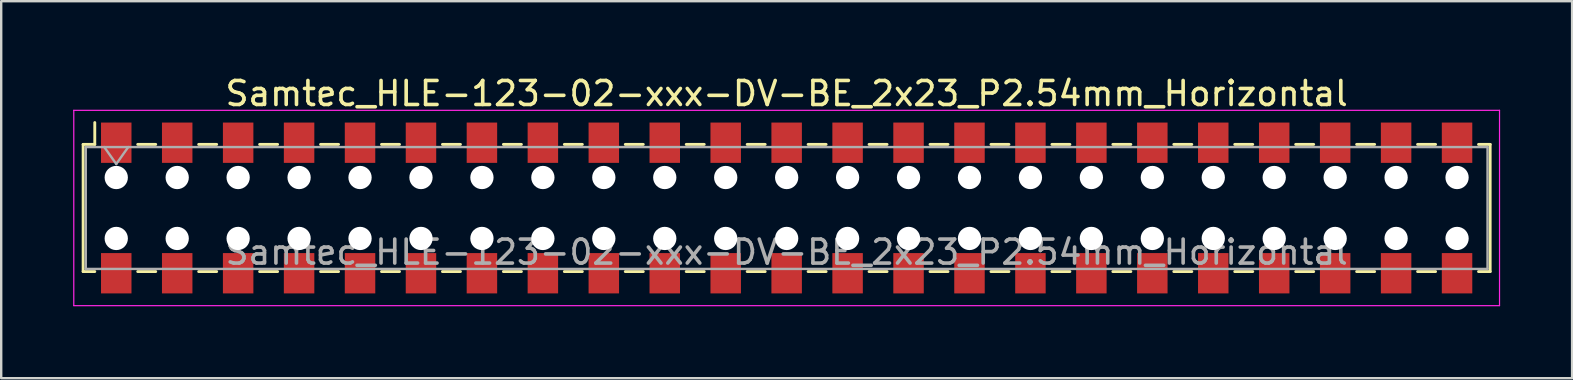
<source format=kicad_pcb>
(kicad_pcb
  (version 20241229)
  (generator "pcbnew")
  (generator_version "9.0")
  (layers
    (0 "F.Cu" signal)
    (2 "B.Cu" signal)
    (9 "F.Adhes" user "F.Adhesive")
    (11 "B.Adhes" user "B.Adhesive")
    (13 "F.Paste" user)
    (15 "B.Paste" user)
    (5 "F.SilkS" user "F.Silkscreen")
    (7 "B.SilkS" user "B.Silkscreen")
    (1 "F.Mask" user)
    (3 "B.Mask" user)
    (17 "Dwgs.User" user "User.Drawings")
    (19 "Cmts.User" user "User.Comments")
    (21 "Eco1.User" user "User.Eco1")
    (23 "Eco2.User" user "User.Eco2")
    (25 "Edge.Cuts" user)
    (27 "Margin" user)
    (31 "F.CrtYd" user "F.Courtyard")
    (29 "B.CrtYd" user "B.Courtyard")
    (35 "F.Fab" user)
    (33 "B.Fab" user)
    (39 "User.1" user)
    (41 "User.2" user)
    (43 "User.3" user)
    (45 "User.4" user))
  (footprint "Samtec_HLE-123-02-xxx-DV-BE_2x23_P2.54mm_Horizontal"
    (layer "F.Cu")
    (at 29.735 5.618)
    (property "Reference" "Samtec_HLE-123-02-xxx-DV-BE_2x23_P2.54mm_Horizontal" (at 0 -4.77 0) (layer "F.SilkS") (effects (font (size 1 1) (thickness 0.15))))
    (attr smd)
    (fp_line (start -29.32 -2.65) (end -29.32 2.65) (stroke (width 0.12) (type solid)) (layer "F.SilkS"))
    (fp_line (start -29.32 2.65) (end -28.835 2.65) (stroke (width 0.12) (type solid)) (layer "F.SilkS"))
    (fp_line (start -28.835 -3.56) (end -28.835 -2.65) (stroke (width 0.12) (type solid)) (layer "F.SilkS"))
    (fp_line (start -28.835 -2.65) (end -29.32 -2.65) (stroke (width 0.12) (type solid)) (layer "F.SilkS"))
    (fp_line (start -27.045 -2.65) (end -26.295 -2.65) (stroke (width 0.12) (type solid)) (layer "F.SilkS"))
    (fp_line (start -27.045 2.65) (end -26.295 2.65) (stroke (width 0.12) (type solid)) (layer "F.SilkS"))
    (fp_line (start -24.505 -2.65) (end -23.755 -2.65) (stroke (width 0.12) (type solid)) (layer "F.SilkS"))
    (fp_line (start -24.505 2.65) (end -23.755 2.65) (stroke (width 0.12) (type solid)) (layer "F.SilkS"))
    (fp_line (start -21.965 -2.65) (end -21.215 -2.65) (stroke (width 0.12) (type solid)) (layer "F.SilkS"))
    (fp_line (start -21.965 2.65) (end -21.215 2.65) (stroke (width 0.12) (type solid)) (layer "F.SilkS"))
    (fp_line (start -19.425 -2.65) (end -18.675 -2.65) (stroke (width 0.12) (type solid)) (layer "F.SilkS"))
    (fp_line (start -19.425 2.65) (end -18.675 2.65) (stroke (width 0.12) (type solid)) (layer "F.SilkS"))
    (fp_line (start -16.885 -2.65) (end -16.135 -2.65) (stroke (width 0.12) (type solid)) (layer "F.SilkS"))
    (fp_line (start -16.885 2.65) (end -16.135 2.65) (stroke (width 0.12) (type solid)) (layer "F.SilkS"))
    (fp_line (start -14.345 -2.65) (end -13.595 -2.65) (stroke (width 0.12) (type solid)) (layer "F.SilkS"))
    (fp_line (start -14.345 2.65) (end -13.595 2.65) (stroke (width 0.12) (type solid)) (layer "F.SilkS"))
    (fp_line (start -11.805 -2.65) (end -11.055 -2.65) (stroke (width 0.12) (type solid)) (layer "F.SilkS"))
    (fp_line (start -11.805 2.65) (end -11.055 2.65) (stroke (width 0.12) (type solid)) (layer "F.SilkS"))
    (fp_line (start -9.265 -2.65) (end -8.515 -2.65) (stroke (width 0.12) (type solid)) (layer "F.SilkS"))
    (fp_line (start -9.265 2.65) (end -8.515 2.65) (stroke (width 0.12) (type solid)) (layer "F.SilkS"))
    (fp_line (start -6.725 -2.65) (end -5.975 -2.65) (stroke (width 0.12) (type solid)) (layer "F.SilkS"))
    (fp_line (start -6.725 2.65) (end -5.975 2.65) (stroke (width 0.12) (type solid)) (layer "F.SilkS"))
    (fp_line (start -4.185 -2.65) (end -3.435 -2.65) (stroke (width 0.12) (type solid)) (layer "F.SilkS"))
    (fp_line (start -4.185 2.65) (end -3.435 2.65) (stroke (width 0.12) (type solid)) (layer "F.SilkS"))
    (fp_line (start -1.645 -2.65) (end -0.895 -2.65) (stroke (width 0.12) (type solid)) (layer "F.SilkS"))
    (fp_line (start -1.645 2.65) (end -0.895 2.65) (stroke (width 0.12) (type solid)) (layer "F.SilkS"))
    (fp_line (start 0.895 -2.65) (end 1.645 -2.65) (stroke (width 0.12) (type solid)) (layer "F.SilkS"))
    (fp_line (start 0.895 2.65) (end 1.645 2.65) (stroke (width 0.12) (type solid)) (layer "F.SilkS"))
    (fp_line (start 3.435 -2.65) (end 4.185 -2.65) (stroke (width 0.12) (type solid)) (layer "F.SilkS"))
    (fp_line (start 3.435 2.65) (end 4.185 2.65) (stroke (width 0.12) (type solid)) (layer "F.SilkS"))
    (fp_line (start 5.975 -2.65) (end 6.725 -2.65) (stroke (width 0.12) (type solid)) (layer "F.SilkS"))
    (fp_line (start 5.975 2.65) (end 6.725 2.65) (stroke (width 0.12) (type solid)) (layer "F.SilkS"))
    (fp_line (start 8.515 -2.65) (end 9.265 -2.65) (stroke (width 0.12) (type solid)) (layer "F.SilkS"))
    (fp_line (start 8.515 2.65) (end 9.265 2.65) (stroke (width 0.12) (type solid)) (layer "F.SilkS"))
    (fp_line (start 11.055 -2.65) (end 11.805 -2.65) (stroke (width 0.12) (type solid)) (layer "F.SilkS"))
    (fp_line (start 11.055 2.65) (end 11.805 2.65) (stroke (width 0.12) (type solid)) (layer "F.SilkS"))
    (fp_line (start 13.595 -2.65) (end 14.345 -2.65) (stroke (width 0.12) (type solid)) (layer "F.SilkS"))
    (fp_line (start 13.595 2.65) (end 14.345 2.65) (stroke (width 0.12) (type solid)) (layer "F.SilkS"))
    (fp_line (start 16.135 -2.65) (end 16.885 -2.65) (stroke (width 0.12) (type solid)) (layer "F.SilkS"))
    (fp_line (start 16.135 2.65) (end 16.885 2.65) (stroke (width 0.12) (type solid)) (layer "F.SilkS"))
    (fp_line (start 18.675 -2.65) (end 19.425 -2.65) (stroke (width 0.12) (type solid)) (layer "F.SilkS"))
    (fp_line (start 18.675 2.65) (end 19.425 2.65) (stroke (width 0.12) (type solid)) (layer "F.SilkS"))
    (fp_line (start 21.215 -2.65) (end 21.965 -2.65) (stroke (width 0.12) (type solid)) (layer "F.SilkS"))
    (fp_line (start 21.215 2.65) (end 21.965 2.65) (stroke (width 0.12) (type solid)) (layer "F.SilkS"))
    (fp_line (start 23.755 -2.65) (end 24.505 -2.65) (stroke (width 0.12) (type solid)) (layer "F.SilkS"))
    (fp_line (start 23.755 2.65) (end 24.505 2.65) (stroke (width 0.12) (type solid)) (layer "F.SilkS"))
    (fp_line (start 26.295 -2.65) (end 27.045 -2.65) (stroke (width 0.12) (type solid)) (layer "F.SilkS"))
    (fp_line (start 26.295 2.65) (end 27.045 2.65) (stroke (width 0.12) (type solid)) (layer "F.SilkS"))
    (fp_line (start 28.835 -2.65) (end 29.32 -2.65) (stroke (width 0.12) (type solid)) (layer "F.SilkS"))
    (fp_line (start 29.32 -2.65) (end 29.32 2.65) (stroke (width 0.12) (type solid)) (layer "F.SilkS"))
    (fp_line (start 29.32 2.65) (end 28.835 2.65) (stroke (width 0.12) (type solid)) (layer "F.SilkS"))
    (fp_line (start -29.71 -4.07) (end 29.71 -4.07) (stroke (width 0.05) (type solid)) (layer "F.CrtYd"))
    (fp_line (start -29.71 4.07) (end -29.71 -4.07) (stroke (width 0.05) (type solid)) (layer "F.CrtYd"))
    (fp_line (start 29.71 -4.07) (end 29.71 4.07) (stroke (width 0.05) (type solid)) (layer "F.CrtYd"))
    (fp_line (start 29.71 4.07) (end -29.71 4.07) (stroke (width 0.05) (type solid)) (layer "F.CrtYd"))
    (fp_line (start -29.21 -2.54) (end 29.21 -2.54) (stroke (width 0.1) (type solid)) (layer "F.Fab"))
    (fp_line (start -29.21 2.54) (end -29.21 -2.54) (stroke (width 0.1) (type solid)) (layer "F.Fab"))
    (fp_line (start -28.44 -2.54) (end -27.94 -1.833) (stroke (width 0.1) (type solid)) (layer "F.Fab"))
    (fp_line (start -27.94 -1.833) (end -27.44 -2.54) (stroke (width 0.1) (type solid)) (layer "F.Fab"))
    (fp_line (start 29.21 -2.54) (end 29.21 2.54) (stroke (width 0.1) (type solid)) (layer "F.Fab"))
    (fp_line (start 29.21 2.54) (end -29.21 2.54) (stroke (width 0.1) (type solid)) (layer "F.Fab"))
    (fp_text user "${REFERENCE}" (at 0 1.84 0) (layer "F.Fab") (effects (font (size 1 1) (thickness 0.15))))
    (pad "" np_thru_hole circle (at -27.94 -1.27) (size 0.97 0.97) (drill 0.97) (layers "*.Cu" "*.Mask"))
    (pad "" np_thru_hole circle (at -27.94 1.27) (size 0.97 0.97) (drill 0.97) (layers "*.Cu" "*.Mask"))
    (pad "" np_thru_hole circle (at -25.4 -1.27) (size 0.97 0.97) (drill 0.97) (layers "*.Cu" "*.Mask"))
    (pad "" np_thru_hole circle (at -25.4 1.27) (size 0.97 0.97) (drill 0.97) (layers "*.Cu" "*.Mask"))
    (pad "" np_thru_hole circle (at -22.86 -1.27) (size 0.97 0.97) (drill 0.97) (layers "*.Cu" "*.Mask"))
    (pad "" np_thru_hole circle (at -22.86 1.27) (size 0.97 0.97) (drill 0.97) (layers "*.Cu" "*.Mask"))
    (pad "" np_thru_hole circle (at -20.32 -1.27) (size 0.97 0.97) (drill 0.97) (layers "*.Cu" "*.Mask"))
    (pad "" np_thru_hole circle (at -20.32 1.27) (size 0.97 0.97) (drill 0.97) (layers "*.Cu" "*.Mask"))
    (pad "" np_thru_hole circle (at -17.78 -1.27) (size 0.97 0.97) (drill 0.97) (layers "*.Cu" "*.Mask"))
    (pad "" np_thru_hole circle (at -17.78 1.27) (size 0.97 0.97) (drill 0.97) (layers "*.Cu" "*.Mask"))
    (pad "" np_thru_hole circle (at -15.24 -1.27) (size 0.97 0.97) (drill 0.97) (layers "*.Cu" "*.Mask"))
    (pad "" np_thru_hole circle (at -15.24 1.27) (size 0.97 0.97) (drill 0.97) (layers "*.Cu" "*.Mask"))
    (pad "" np_thru_hole circle (at -12.7 -1.27) (size 0.97 0.97) (drill 0.97) (layers "*.Cu" "*.Mask"))
    (pad "" np_thru_hole circle (at -12.7 1.27) (size 0.97 0.97) (drill 0.97) (layers "*.Cu" "*.Mask"))
    (pad "" np_thru_hole circle (at -10.16 -1.27) (size 0.97 0.97) (drill 0.97) (layers "*.Cu" "*.Mask"))
    (pad "" np_thru_hole circle (at -10.16 1.27) (size 0.97 0.97) (drill 0.97) (layers "*.Cu" "*.Mask"))
    (pad "" np_thru_hole circle (at -7.62 -1.27) (size 0.97 0.97) (drill 0.97) (layers "*.Cu" "*.Mask"))
    (pad "" np_thru_hole circle (at -7.62 1.27) (size 0.97 0.97) (drill 0.97) (layers "*.Cu" "*.Mask"))
    (pad "" np_thru_hole circle (at -5.08 -1.27) (size 0.97 0.97) (drill 0.97) (layers "*.Cu" "*.Mask"))
    (pad "" np_thru_hole circle (at -5.08 1.27) (size 0.97 0.97) (drill 0.97) (layers "*.Cu" "*.Mask"))
    (pad "" np_thru_hole circle (at -2.54 -1.27) (size 0.97 0.97) (drill 0.97) (layers "*.Cu" "*.Mask"))
    (pad "" np_thru_hole circle (at -2.54 1.27) (size 0.97 0.97) (drill 0.97) (layers "*.Cu" "*.Mask"))
    (pad "" np_thru_hole circle (at 0 -1.27) (size 0.97 0.97) (drill 0.97) (layers "*.Cu" "*.Mask"))
    (pad "" np_thru_hole circle (at 0 1.27) (size 0.97 0.97) (drill 0.97) (layers "*.Cu" "*.Mask"))
    (pad "" np_thru_hole circle (at 2.54 -1.27) (size 0.97 0.97) (drill 0.97) (layers "*.Cu" "*.Mask"))
    (pad "" np_thru_hole circle (at 2.54 1.27) (size 0.97 0.97) (drill 0.97) (layers "*.Cu" "*.Mask"))
    (pad "" np_thru_hole circle (at 5.08 -1.27) (size 0.97 0.97) (drill 0.97) (layers "*.Cu" "*.Mask"))
    (pad "" np_thru_hole circle (at 5.08 1.27) (size 0.97 0.97) (drill 0.97) (layers "*.Cu" "*.Mask"))
    (pad "" np_thru_hole circle (at 7.62 -1.27) (size 0.97 0.97) (drill 0.97) (layers "*.Cu" "*.Mask"))
    (pad "" np_thru_hole circle (at 7.62 1.27) (size 0.97 0.97) (drill 0.97) (layers "*.Cu" "*.Mask"))
    (pad "" np_thru_hole circle (at 10.16 -1.27) (size 0.97 0.97) (drill 0.97) (layers "*.Cu" "*.Mask"))
    (pad "" np_thru_hole circle (at 10.16 1.27) (size 0.97 0.97) (drill 0.97) (layers "*.Cu" "*.Mask"))
    (pad "" np_thru_hole circle (at 12.7 -1.27) (size 0.97 0.97) (drill 0.97) (layers "*.Cu" "*.Mask"))
    (pad "" np_thru_hole circle (at 12.7 1.27) (size 0.97 0.97) (drill 0.97) (layers "*.Cu" "*.Mask"))
    (pad "" np_thru_hole circle (at 15.24 -1.27) (size 0.97 0.97) (drill 0.97) (layers "*.Cu" "*.Mask"))
    (pad "" np_thru_hole circle (at 15.24 1.27) (size 0.97 0.97) (drill 0.97) (layers "*.Cu" "*.Mask"))
    (pad "" np_thru_hole circle (at 17.78 -1.27) (size 0.97 0.97) (drill 0.97) (layers "*.Cu" "*.Mask"))
    (pad "" np_thru_hole circle (at 17.78 1.27) (size 0.97 0.97) (drill 0.97) (layers "*.Cu" "*.Mask"))
    (pad "" np_thru_hole circle (at 20.32 -1.27) (size 0.97 0.97) (drill 0.97) (layers "*.Cu" "*.Mask"))
    (pad "" np_thru_hole circle (at 20.32 1.27) (size 0.97 0.97) (drill 0.97) (layers "*.Cu" "*.Mask"))
    (pad "" np_thru_hole circle (at 22.86 -1.27) (size 0.97 0.97) (drill 0.97) (layers "*.Cu" "*.Mask"))
    (pad "" np_thru_hole circle (at 22.86 1.27) (size 0.97 0.97) (drill 0.97) (layers "*.Cu" "*.Mask"))
    (pad "" np_thru_hole circle (at 25.4 -1.27) (size 0.97 0.97) (drill 0.97) (layers "*.Cu" "*.Mask"))
    (pad "" np_thru_hole circle (at 25.4 1.27) (size 0.97 0.97) (drill 0.97) (layers "*.Cu" "*.Mask"))
    (pad "" np_thru_hole circle (at 27.94 -1.27) (size 0.97 0.97) (drill 0.97) (layers "*.Cu" "*.Mask"))
    (pad "" np_thru_hole circle (at 27.94 1.27) (size 0.97 0.97) (drill 0.97) (layers "*.Cu" "*.Mask"))
    (pad "1" smd rect (at -27.94 -2.72) (size 1.27 1.68) (layers "F.Cu" "F.Mask" "F.Paste"))
    (pad "2" smd rect (at -27.94 2.72) (size 1.27 1.68) (layers "F.Cu" "F.Mask" "F.Paste"))
    (pad "3" smd rect (at -25.4 -2.72) (size 1.27 1.68) (layers "F.Cu" "F.Mask" "F.Paste"))
    (pad "4" smd rect (at -25.4 2.72) (size 1.27 1.68) (layers "F.Cu" "F.Mask" "F.Paste"))
    (pad "5" smd rect (at -22.86 -2.72) (size 1.27 1.68) (layers "F.Cu" "F.Mask" "F.Paste"))
    (pad "6" smd rect (at -22.86 2.72) (size 1.27 1.68) (layers "F.Cu" "F.Mask" "F.Paste"))
    (pad "7" smd rect (at -20.32 -2.72) (size 1.27 1.68) (layers "F.Cu" "F.Mask" "F.Paste"))
    (pad "8" smd rect (at -20.32 2.72) (size 1.27 1.68) (layers "F.Cu" "F.Mask" "F.Paste"))
    (pad "9" smd rect (at -17.78 -2.72) (size 1.27 1.68) (layers "F.Cu" "F.Mask" "F.Paste"))
    (pad "10" smd rect (at -17.78 2.72) (size 1.27 1.68) (layers "F.Cu" "F.Mask" "F.Paste"))
    (pad "11" smd rect (at -15.24 -2.72) (size 1.27 1.68) (layers "F.Cu" "F.Mask" "F.Paste"))
    (pad "12" smd rect (at -15.24 2.72) (size 1.27 1.68) (layers "F.Cu" "F.Mask" "F.Paste"))
    (pad "13" smd rect (at -12.7 -2.72) (size 1.27 1.68) (layers "F.Cu" "F.Mask" "F.Paste"))
    (pad "14" smd rect (at -12.7 2.72) (size 1.27 1.68) (layers "F.Cu" "F.Mask" "F.Paste"))
    (pad "15" smd rect (at -10.16 -2.72) (size 1.27 1.68) (layers "F.Cu" "F.Mask" "F.Paste"))
    (pad "16" smd rect (at -10.16 2.72) (size 1.27 1.68) (layers "F.Cu" "F.Mask" "F.Paste"))
    (pad "17" smd rect (at -7.62 -2.72) (size 1.27 1.68) (layers "F.Cu" "F.Mask" "F.Paste"))
    (pad "18" smd rect (at -7.62 2.72) (size 1.27 1.68) (layers "F.Cu" "F.Mask" "F.Paste"))
    (pad "19" smd rect (at -5.08 -2.72) (size 1.27 1.68) (layers "F.Cu" "F.Mask" "F.Paste"))
    (pad "20" smd rect (at -5.08 2.72) (size 1.27 1.68) (layers "F.Cu" "F.Mask" "F.Paste"))
    (pad "21" smd rect (at -2.54 -2.72) (size 1.27 1.68) (layers "F.Cu" "F.Mask" "F.Paste"))
    (pad "22" smd rect (at -2.54 2.72) (size 1.27 1.68) (layers "F.Cu" "F.Mask" "F.Paste"))
    (pad "23" smd rect (at 0 -2.72) (size 1.27 1.68) (layers "F.Cu" "F.Mask" "F.Paste"))
    (pad "24" smd rect (at 0 2.72) (size 1.27 1.68) (layers "F.Cu" "F.Mask" "F.Paste"))
    (pad "25" smd rect (at 2.54 -2.72) (size 1.27 1.68) (layers "F.Cu" "F.Mask" "F.Paste"))
    (pad "26" smd rect (at 2.54 2.72) (size 1.27 1.68) (layers "F.Cu" "F.Mask" "F.Paste"))
    (pad "27" smd rect (at 5.08 -2.72) (size 1.27 1.68) (layers "F.Cu" "F.Mask" "F.Paste"))
    (pad "28" smd rect (at 5.08 2.72) (size 1.27 1.68) (layers "F.Cu" "F.Mask" "F.Paste"))
    (pad "29" smd rect (at 7.62 -2.72) (size 1.27 1.68) (layers "F.Cu" "F.Mask" "F.Paste"))
    (pad "30" smd rect (at 7.62 2.72) (size 1.27 1.68) (layers "F.Cu" "F.Mask" "F.Paste"))
    (pad "31" smd rect (at 10.16 -2.72) (size 1.27 1.68) (layers "F.Cu" "F.Mask" "F.Paste"))
    (pad "32" smd rect (at 10.16 2.72) (size 1.27 1.68) (layers "F.Cu" "F.Mask" "F.Paste"))
    (pad "33" smd rect (at 12.7 -2.72) (size 1.27 1.68) (layers "F.Cu" "F.Mask" "F.Paste"))
    (pad "34" smd rect (at 12.7 2.72) (size 1.27 1.68) (layers "F.Cu" "F.Mask" "F.Paste"))
    (pad "35" smd rect (at 15.24 -2.72) (size 1.27 1.68) (layers "F.Cu" "F.Mask" "F.Paste"))
    (pad "36" smd rect (at 15.24 2.72) (size 1.27 1.68) (layers "F.Cu" "F.Mask" "F.Paste"))
    (pad "37" smd rect (at 17.78 -2.72) (size 1.27 1.68) (layers "F.Cu" "F.Mask" "F.Paste"))
    (pad "38" smd rect (at 17.78 2.72) (size 1.27 1.68) (layers "F.Cu" "F.Mask" "F.Paste"))
    (pad "39" smd rect (at 20.32 -2.72) (size 1.27 1.68) (layers "F.Cu" "F.Mask" "F.Paste"))
    (pad "40" smd rect (at 20.32 2.72) (size 1.27 1.68) (layers "F.Cu" "F.Mask" "F.Paste"))
    (pad "41" smd rect (at 22.86 -2.72) (size 1.27 1.68) (layers "F.Cu" "F.Mask" "F.Paste"))
    (pad "42" smd rect (at 22.86 2.72) (size 1.27 1.68) (layers "F.Cu" "F.Mask" "F.Paste"))
    (pad "43" smd rect (at 25.4 -2.72) (size 1.27 1.68) (layers "F.Cu" "F.Mask" "F.Paste"))
    (pad "44" smd rect (at 25.4 2.72) (size 1.27 1.68) (layers "F.Cu" "F.Mask" "F.Paste"))
    (pad "45" smd rect (at 27.94 -2.72) (size 1.27 1.68) (layers "F.Cu" "F.Mask" "F.Paste"))
    (pad "46" smd rect (at 27.94 2.72) (size 1.27 1.68) (layers "F.Cu" "F.Mask" "F.Paste")))
  (gr_rect
    (start -3 -3)
    (end 62.47 12.713)
    (stroke (width 0.1) (type default))
    (fill no)
    (layer "Edge.Cuts")))
</source>
